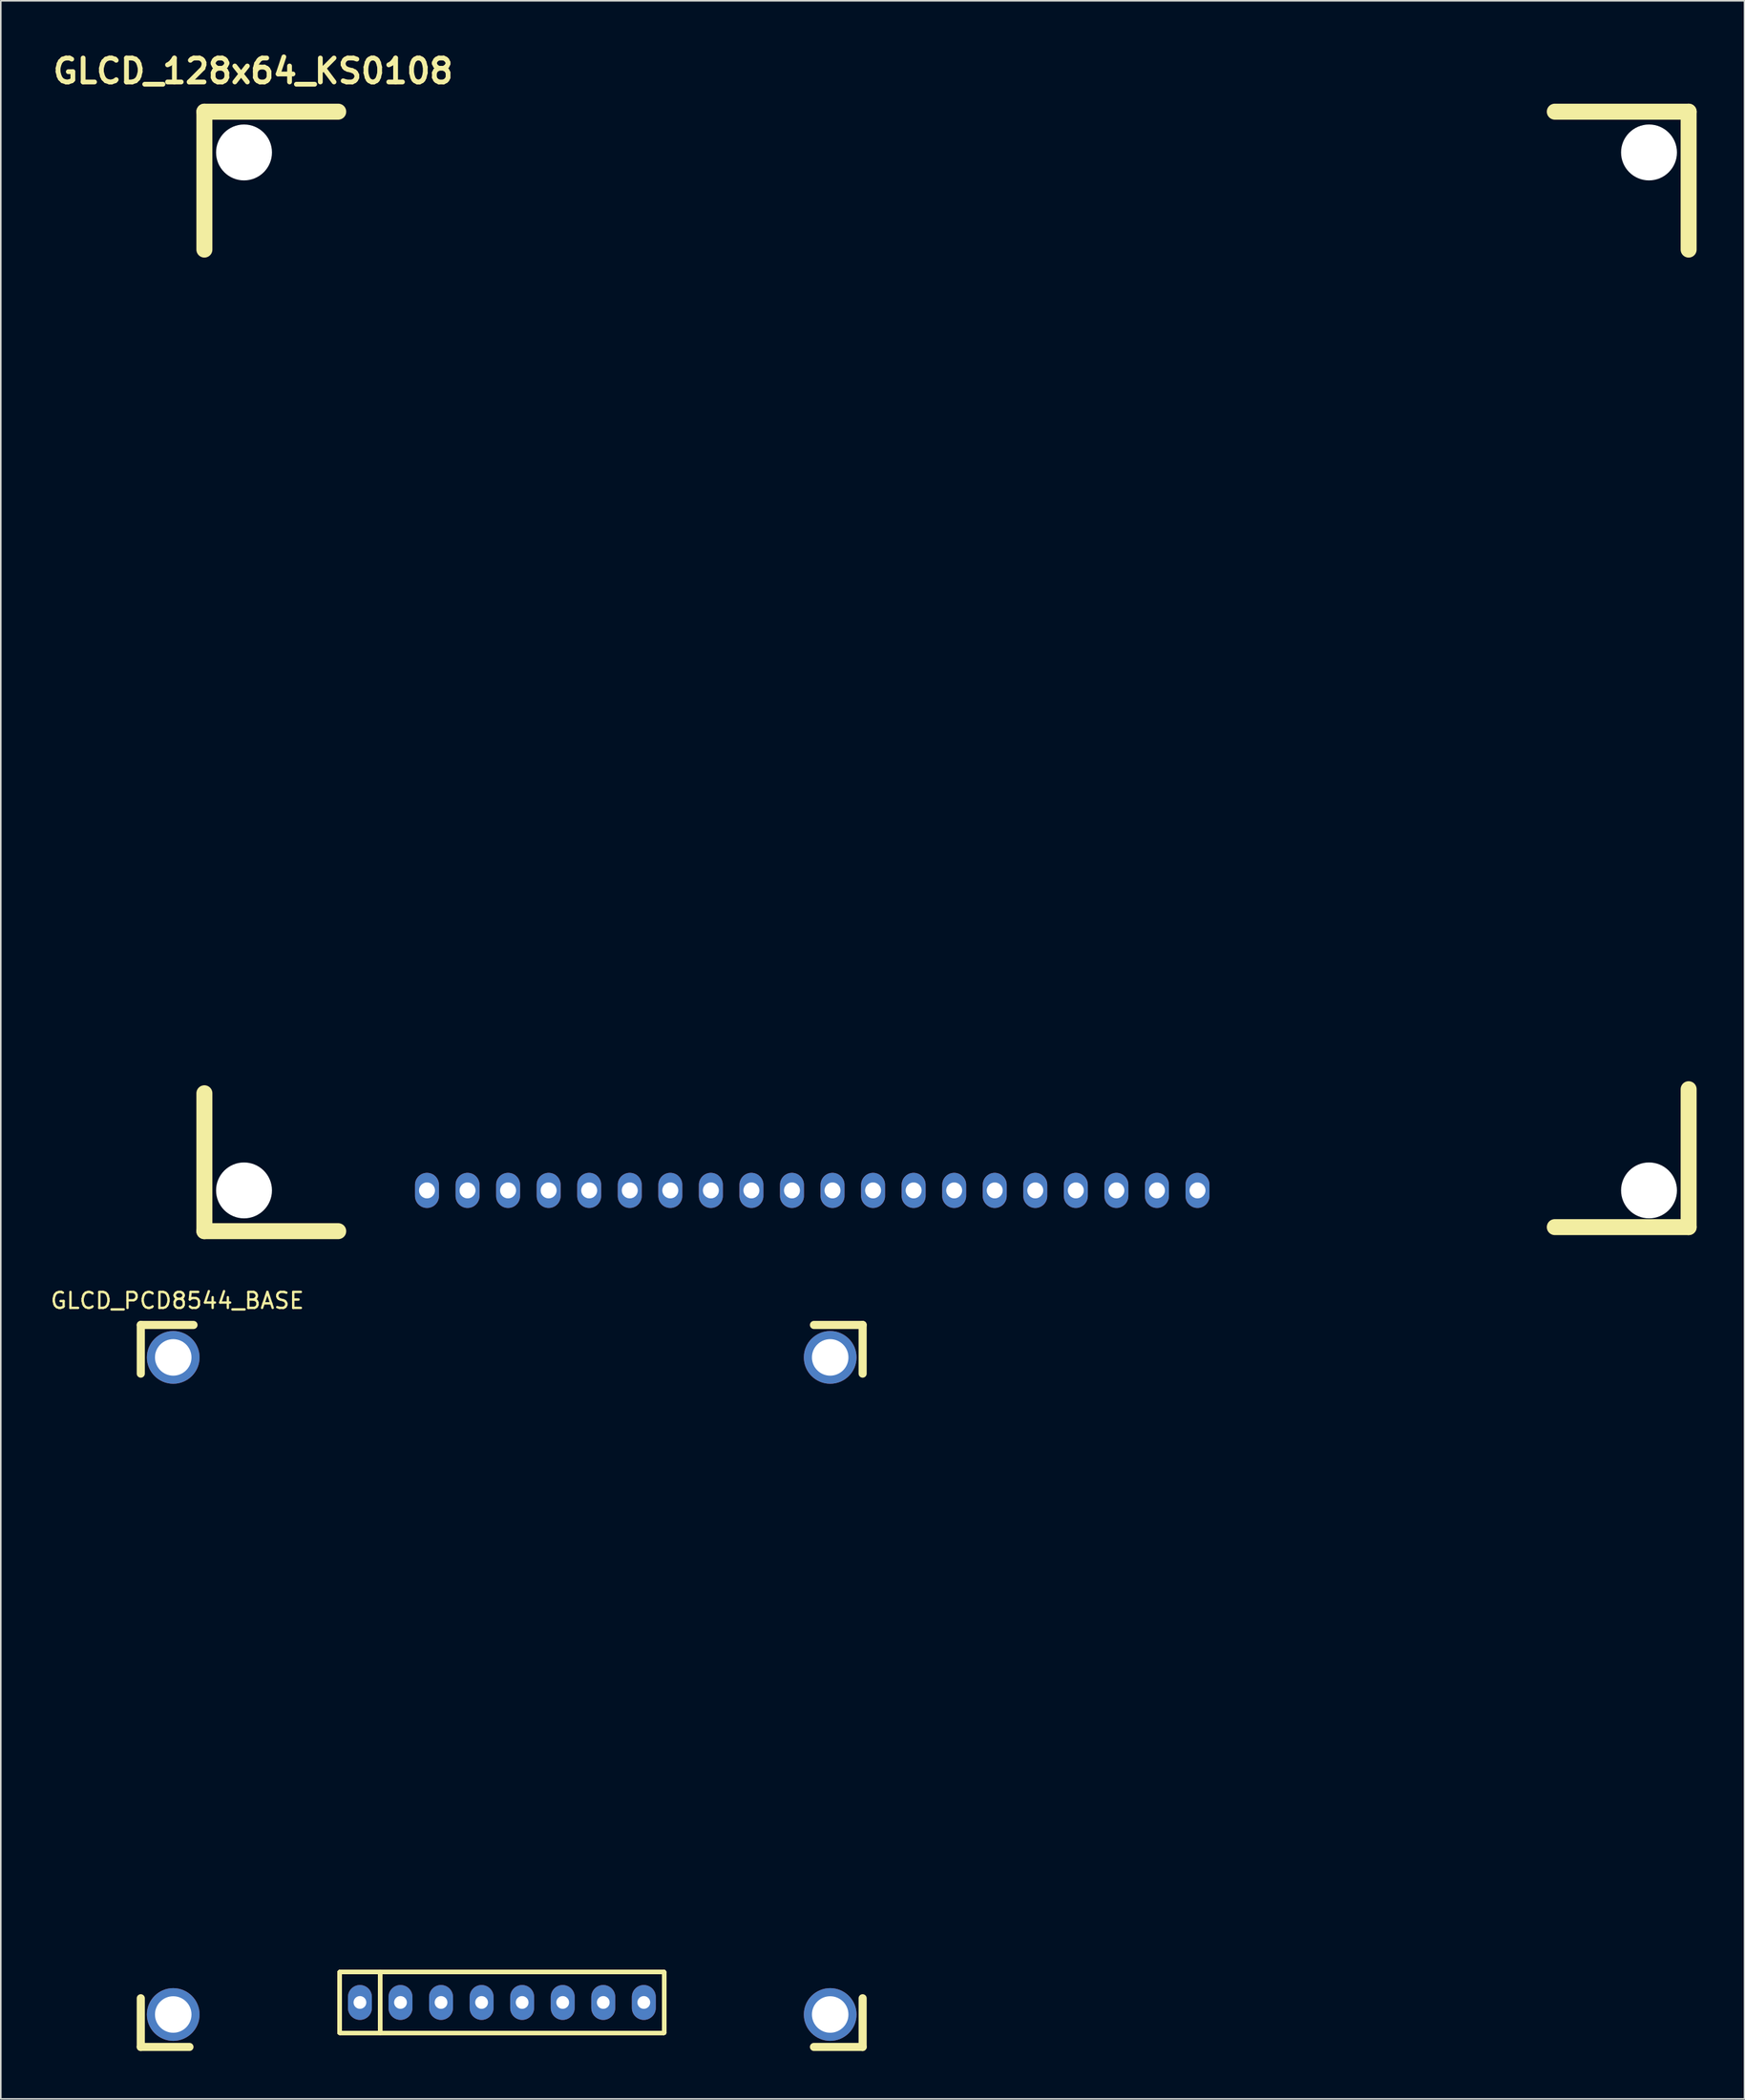
<source format=kicad_pcb>
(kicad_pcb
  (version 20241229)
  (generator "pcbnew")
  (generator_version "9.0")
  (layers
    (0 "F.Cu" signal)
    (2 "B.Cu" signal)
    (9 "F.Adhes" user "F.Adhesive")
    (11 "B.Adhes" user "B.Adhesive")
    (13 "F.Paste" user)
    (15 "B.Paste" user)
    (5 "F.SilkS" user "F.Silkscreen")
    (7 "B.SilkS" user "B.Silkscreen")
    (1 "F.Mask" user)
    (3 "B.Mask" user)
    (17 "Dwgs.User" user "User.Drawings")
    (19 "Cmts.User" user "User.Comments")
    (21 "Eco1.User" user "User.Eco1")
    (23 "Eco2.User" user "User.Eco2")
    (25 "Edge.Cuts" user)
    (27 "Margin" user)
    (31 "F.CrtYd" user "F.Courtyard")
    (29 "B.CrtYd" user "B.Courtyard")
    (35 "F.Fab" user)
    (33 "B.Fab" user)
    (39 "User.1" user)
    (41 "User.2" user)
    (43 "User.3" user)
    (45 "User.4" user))
  (footprint "GLCD_PCD8544_BASE"
    (layer "F.Cu")
    (at 28.374 102.527)
    (property "Reference" "GLCD_PCD8544_BASE" (at -20.32 -24.13 0) (layer "F.SilkS") (effects (font (size 1 1) (thickness 0.15))))
    (attr through_hole)
    (fp_line (start -22.606 -22.606) (end -22.606 -19.558) (stroke (width 0.508) (type solid)) (layer "F.SilkS"))
    (fp_line (start -22.606 -22.606) (end -19.304 -22.606) (stroke (width 0.508) (type solid)) (layer "F.SilkS"))
    (fp_line (start -22.606 22.606) (end -22.606 19.558) (stroke (width 0.508) (type solid)) (layer "F.SilkS"))
    (fp_line (start -22.606 22.606) (end -19.558 22.606) (stroke (width 0.508) (type solid)) (layer "F.SilkS"))
    (fp_line (start -10.15 17.915) (end 10.17 17.915) (stroke (width 0.254) (type solid)) (layer "F.SilkS"))
    (fp_line (start -10.15 17.915) (end 10.17 17.915) (stroke (width 0.254) (type solid)) (layer "F.SilkS"))
    (fp_line (start -10.15 17.915) (end 10.17 17.915) (stroke (width 0.254) (type solid)) (layer "F.SilkS"))
    (fp_line (start -10.15 17.915) (end 10.17 17.915) (stroke (width 0.254) (type solid)) (layer "F.SilkS"))
    (fp_line (start -10.15 17.915) (end 10.17 17.915) (stroke (width 0.254) (type solid)) (layer "F.SilkS"))
    (fp_line (start -10.15 17.915) (end 10.17 17.915) (stroke (width 0.254) (type solid)) (layer "F.SilkS"))
    (fp_line (start -10.15 17.915) (end 10.17 17.915) (stroke (width 0.254) (type solid)) (layer "F.SilkS"))
    (fp_line (start -10.15 17.915) (end 10.17 17.915) (stroke (width 0.254) (type solid)) (layer "F.SilkS"))
    (fp_line (start -10.15 21.725) (end -10.15 17.915) (stroke (width 0.254) (type solid)) (layer "F.SilkS"))
    (fp_line (start -10.15 21.725) (end -10.15 17.915) (stroke (width 0.254) (type solid)) (layer "F.SilkS"))
    (fp_line (start -10.15 21.725) (end -10.15 17.915) (stroke (width 0.254) (type solid)) (layer "F.SilkS"))
    (fp_line (start -10.15 21.725) (end -10.15 17.915) (stroke (width 0.254) (type solid)) (layer "F.SilkS"))
    (fp_line (start -10.15 21.725) (end -10.15 17.915) (stroke (width 0.254) (type solid)) (layer "F.SilkS"))
    (fp_line (start -10.15 21.725) (end -10.15 17.915) (stroke (width 0.254) (type solid)) (layer "F.SilkS"))
    (fp_line (start -10.15 21.725) (end -10.15 17.915) (stroke (width 0.254) (type solid)) (layer "F.SilkS"))
    (fp_line (start -10.15 21.725) (end -10.15 17.915) (stroke (width 0.254) (type solid)) (layer "F.SilkS"))
    (fp_line (start -7.61 17.915) (end -7.61 21.725) (stroke (width 0.254) (type solid)) (layer "F.SilkS"))
    (fp_line (start -7.61 17.915) (end -7.61 21.725) (stroke (width 0.254) (type solid)) (layer "F.SilkS"))
    (fp_line (start -7.61 17.915) (end -7.61 21.725) (stroke (width 0.254) (type solid)) (layer "F.SilkS"))
    (fp_line (start -7.61 17.915) (end -7.61 21.725) (stroke (width 0.254) (type solid)) (layer "F.SilkS"))
    (fp_line (start -7.61 17.915) (end -7.61 21.725) (stroke (width 0.254) (type solid)) (layer "F.SilkS"))
    (fp_line (start -7.61 17.915) (end -7.61 21.725) (stroke (width 0.254) (type solid)) (layer "F.SilkS"))
    (fp_line (start -7.61 17.915) (end -7.61 21.725) (stroke (width 0.254) (type solid)) (layer "F.SilkS"))
    (fp_line (start -7.61 17.915) (end -7.61 21.725) (stroke (width 0.254) (type solid)) (layer "F.SilkS"))
    (fp_line (start 10.17 17.915) (end 10.17 21.725) (stroke (width 0.254) (type solid)) (layer "F.SilkS"))
    (fp_line (start 10.17 17.915) (end 10.17 21.725) (stroke (width 0.254) (type solid)) (layer "F.SilkS"))
    (fp_line (start 10.17 17.915) (end 10.17 21.725) (stroke (width 0.254) (type solid)) (layer "F.SilkS"))
    (fp_line (start 10.17 17.915) (end 10.17 21.725) (stroke (width 0.254) (type solid)) (layer "F.SilkS"))
    (fp_line (start 10.17 17.915) (end 10.17 21.725) (stroke (width 0.254) (type solid)) (layer "F.SilkS"))
    (fp_line (start 10.17 17.915) (end 10.17 21.725) (stroke (width 0.254) (type solid)) (layer "F.SilkS"))
    (fp_line (start 10.17 17.915) (end 10.17 21.725) (stroke (width 0.254) (type solid)) (layer "F.SilkS"))
    (fp_line (start 10.17 17.915) (end 10.17 21.725) (stroke (width 0.254) (type solid)) (layer "F.SilkS"))
    (fp_line (start 10.17 21.725) (end -10.15 21.725) (stroke (width 0.254) (type solid)) (layer "F.SilkS"))
    (fp_line (start 10.17 21.725) (end -10.15 21.725) (stroke (width 0.254) (type solid)) (layer "F.SilkS"))
    (fp_line (start 10.17 21.725) (end -10.15 21.725) (stroke (width 0.254) (type solid)) (layer "F.SilkS"))
    (fp_line (start 10.17 21.725) (end -10.15 21.725) (stroke (width 0.254) (type solid)) (layer "F.SilkS"))
    (fp_line (start 10.17 21.725) (end -10.15 21.725) (stroke (width 0.254) (type solid)) (layer "F.SilkS"))
    (fp_line (start 10.17 21.725) (end -10.15 21.725) (stroke (width 0.254) (type solid)) (layer "F.SilkS"))
    (fp_line (start 10.17 21.725) (end -10.15 21.725) (stroke (width 0.254) (type solid)) (layer "F.SilkS"))
    (fp_line (start 10.17 21.725) (end -10.15 21.725) (stroke (width 0.254) (type solid)) (layer "F.SilkS"))
    (fp_line (start 22.606 -22.606) (end 19.558 -22.606) (stroke (width 0.508) (type solid)) (layer "F.SilkS"))
    (fp_line (start 22.606 -22.606) (end 22.606 -19.558) (stroke (width 0.508) (type solid)) (layer "F.SilkS"))
    (fp_line (start 22.606 22.606) (end 19.558 22.606) (stroke (width 0.508) (type solid)) (layer "F.SilkS"))
    (fp_line (start 22.606 22.606) (end 22.606 19.558) (stroke (width 0.508) (type solid)) (layer "F.SilkS"))
    (pad "1" thru_hole oval (at -8.88 19.82) (size 1.499 2.184) (drill 0.8) (layers "*.Cu" "*.Mask"))
    (pad "2" thru_hole oval (at -6.34 19.82) (size 1.499 2.184) (drill 0.8) (layers "*.Cu" "*.Mask"))
    (pad "3" thru_hole oval (at -3.8 19.82) (size 1.499 2.184) (drill 0.8) (layers "*.Cu" "*.Mask"))
    (pad "4" thru_hole oval (at -1.26 19.82) (size 1.499 2.184) (drill 0.8) (layers "*.Cu" "*.Mask"))
    (pad "5" thru_hole oval (at 1.28 19.82) (size 1.499 2.184) (drill 0.8) (layers "*.Cu" "*.Mask"))
    (pad "6" thru_hole oval (at 3.82 19.82) (size 1.499 2.184) (drill 0.8) (layers "*.Cu" "*.Mask"))
    (pad "7" thru_hole oval (at 6.36 19.82) (size 1.499 2.184) (drill 0.8) (layers "*.Cu" "*.Mask"))
    (pad "8" thru_hole circle (at -20.574 -20.574) (size 3.302 3.302) (drill 2.286) (layers "*.Cu" "*.Mask"))
    (pad "8" thru_hole circle (at -20.574 20.574) (size 3.302 3.302) (drill 2.286) (layers "*.Cu" "*.Mask"))
    (pad "8" thru_hole oval (at 8.9 19.82) (size 1.499 2.184) (drill 0.8) (layers "*.Cu" "*.Mask"))
    (pad "8" thru_hole circle (at 20.574 -20.574) (size 3.302 3.302) (drill 2.286) (layers "*.Cu" "*.Mask"))
    (pad "8" thru_hole circle (at 20.574 20.574) (size 3.302 3.302) (drill 2.286) (layers "*.Cu" "*.Mask")))
  (footprint "GLCD_128x64_KS0108"
    (layer "F.Cu")
    (at 56.234 38.996)
    (property "Reference" "GLCD_128x64_KS0108" (at -43.434 -37.592 0) (layer "F.SilkS") (effects (font (size 1.5 1.5) (thickness 0.3))))
    (attr through_hole)
    (fp_line (start -46.482 -35.052) (end -38.1 -35.052) (stroke (width 1.001) (type solid)) (layer "F.SilkS"))
    (fp_line (start -46.482 -26.416) (end -46.482 -35.052) (stroke (width 1.001) (type solid)) (layer "F.SilkS"))
    (fp_line (start -46.482 35.052) (end -46.482 26.416) (stroke (width 1.001) (type solid)) (layer "F.SilkS"))
    (fp_line (start -46.482 35.052) (end -38.1 35.052) (stroke (width 1.001) (type solid)) (layer "F.SilkS"))
    (fp_line (start 38.1 -35.052) (end 46.482 -35.052) (stroke (width 1.001) (type solid)) (layer "F.SilkS"))
    (fp_line (start 38.1 34.798) (end 46.482 34.798) (stroke (width 1.001) (type solid)) (layer "F.SilkS"))
    (fp_line (start 46.482 -26.416) (end 46.482 -35.052) (stroke (width 1.001) (type solid)) (layer "F.SilkS"))
    (fp_line (start 46.482 34.798) (end 46.482 26.162) (stroke (width 1.001) (type solid)) (layer "F.SilkS"))
    (pad "" np_thru_hole circle (at -44 -32.499) (size 3.5 3.5) (drill 3.5) (layers "*.Cu" "*.Mask"))
    (pad "" np_thru_hole circle (at -44 32.499) (size 3.5 3.5) (drill 3.5) (layers "*.Cu" "*.Mask"))
    (pad "" np_thru_hole circle (at 44 -32.499) (size 3.5 3.5) (drill 3.5) (layers "*.Cu" "*.Mask"))
    (pad "" np_thru_hole circle (at 44 32.499) (size 3.5 3.5) (drill 3.5) (layers "*.Cu" "*.Mask"))
    (pad "1" thru_hole oval (at 15.72 32.499) (size 1.5 2.2) (drill 1) (layers "*.Cu" "*.Mask"))
    (pad "2" thru_hole oval (at 13.18 32.499) (size 1.5 2.2) (drill 1) (layers "*.Cu" "*.Mask"))
    (pad "3" thru_hole oval (at 10.64 32.499) (size 1.5 2.2) (drill 1) (layers "*.Cu" "*.Mask"))
    (pad "4" thru_hole oval (at 8.1 32.499) (size 1.5 2.2) (drill 1) (layers "*.Cu" "*.Mask"))
    (pad "5" thru_hole oval (at 5.56 32.499) (size 1.5 2.2) (drill 1) (layers "*.Cu" "*.Mask"))
    (pad "6" thru_hole oval (at 3.02 32.499) (size 1.5 2.2) (drill 1) (layers "*.Cu" "*.Mask"))
    (pad "7" thru_hole oval (at 0.48 32.499) (size 1.5 2.2) (drill 1) (layers "*.Cu" "*.Mask"))
    (pad "8" thru_hole oval (at -2.06 32.499) (size 1.5 2.2) (drill 1) (layers "*.Cu" "*.Mask"))
    (pad "9" thru_hole oval (at -4.6 32.499) (size 1.5 2.2) (drill 1) (layers "*.Cu" "*.Mask"))
    (pad "10" thru_hole oval (at -7.14 32.499) (size 1.5 2.2) (drill 1) (layers "*.Cu" "*.Mask"))
    (pad "11" thru_hole oval (at -9.68 32.499) (size 1.5 2.2) (drill 1) (layers "*.Cu" "*.Mask"))
    (pad "12" thru_hole oval (at -12.22 32.499) (size 1.5 2.2) (drill 1) (layers "*.Cu" "*.Mask"))
    (pad "13" thru_hole oval (at -14.76 32.499) (size 1.5 2.2) (drill 1) (layers "*.Cu" "*.Mask"))
    (pad "14" thru_hole oval (at -17.3 32.499) (size 1.5 2.2) (drill 1) (layers "*.Cu" "*.Mask"))
    (pad "15" thru_hole oval (at -19.84 32.499) (size 1.5 2.2) (drill 1) (layers "*.Cu" "*.Mask"))
    (pad "16" thru_hole oval (at -22.38 32.499) (size 1.5 2.2) (drill 1) (layers "*.Cu" "*.Mask"))
    (pad "17" thru_hole oval (at -24.92 32.499) (size 1.5 2.2) (drill 1) (layers "*.Cu" "*.Mask"))
    (pad "18" thru_hole oval (at -27.46 32.499) (size 1.5 2.2) (drill 1) (layers "*.Cu" "*.Mask"))
    (pad "19" thru_hole oval (at -30 32.499) (size 1.5 2.2) (drill 1) (layers "*.Cu" "*.Mask"))
    (pad "20" thru_hole oval (at -32.54 32.499) (size 1.5 2.2) (drill 1) (layers "*.Cu" "*.Mask")))
  (gr_rect
    (start -3 -3)
    (end 106.216 128.387)
    (stroke (width 0.1) (type default))
    (fill no)
    (layer "Edge.Cuts")))
</source>
